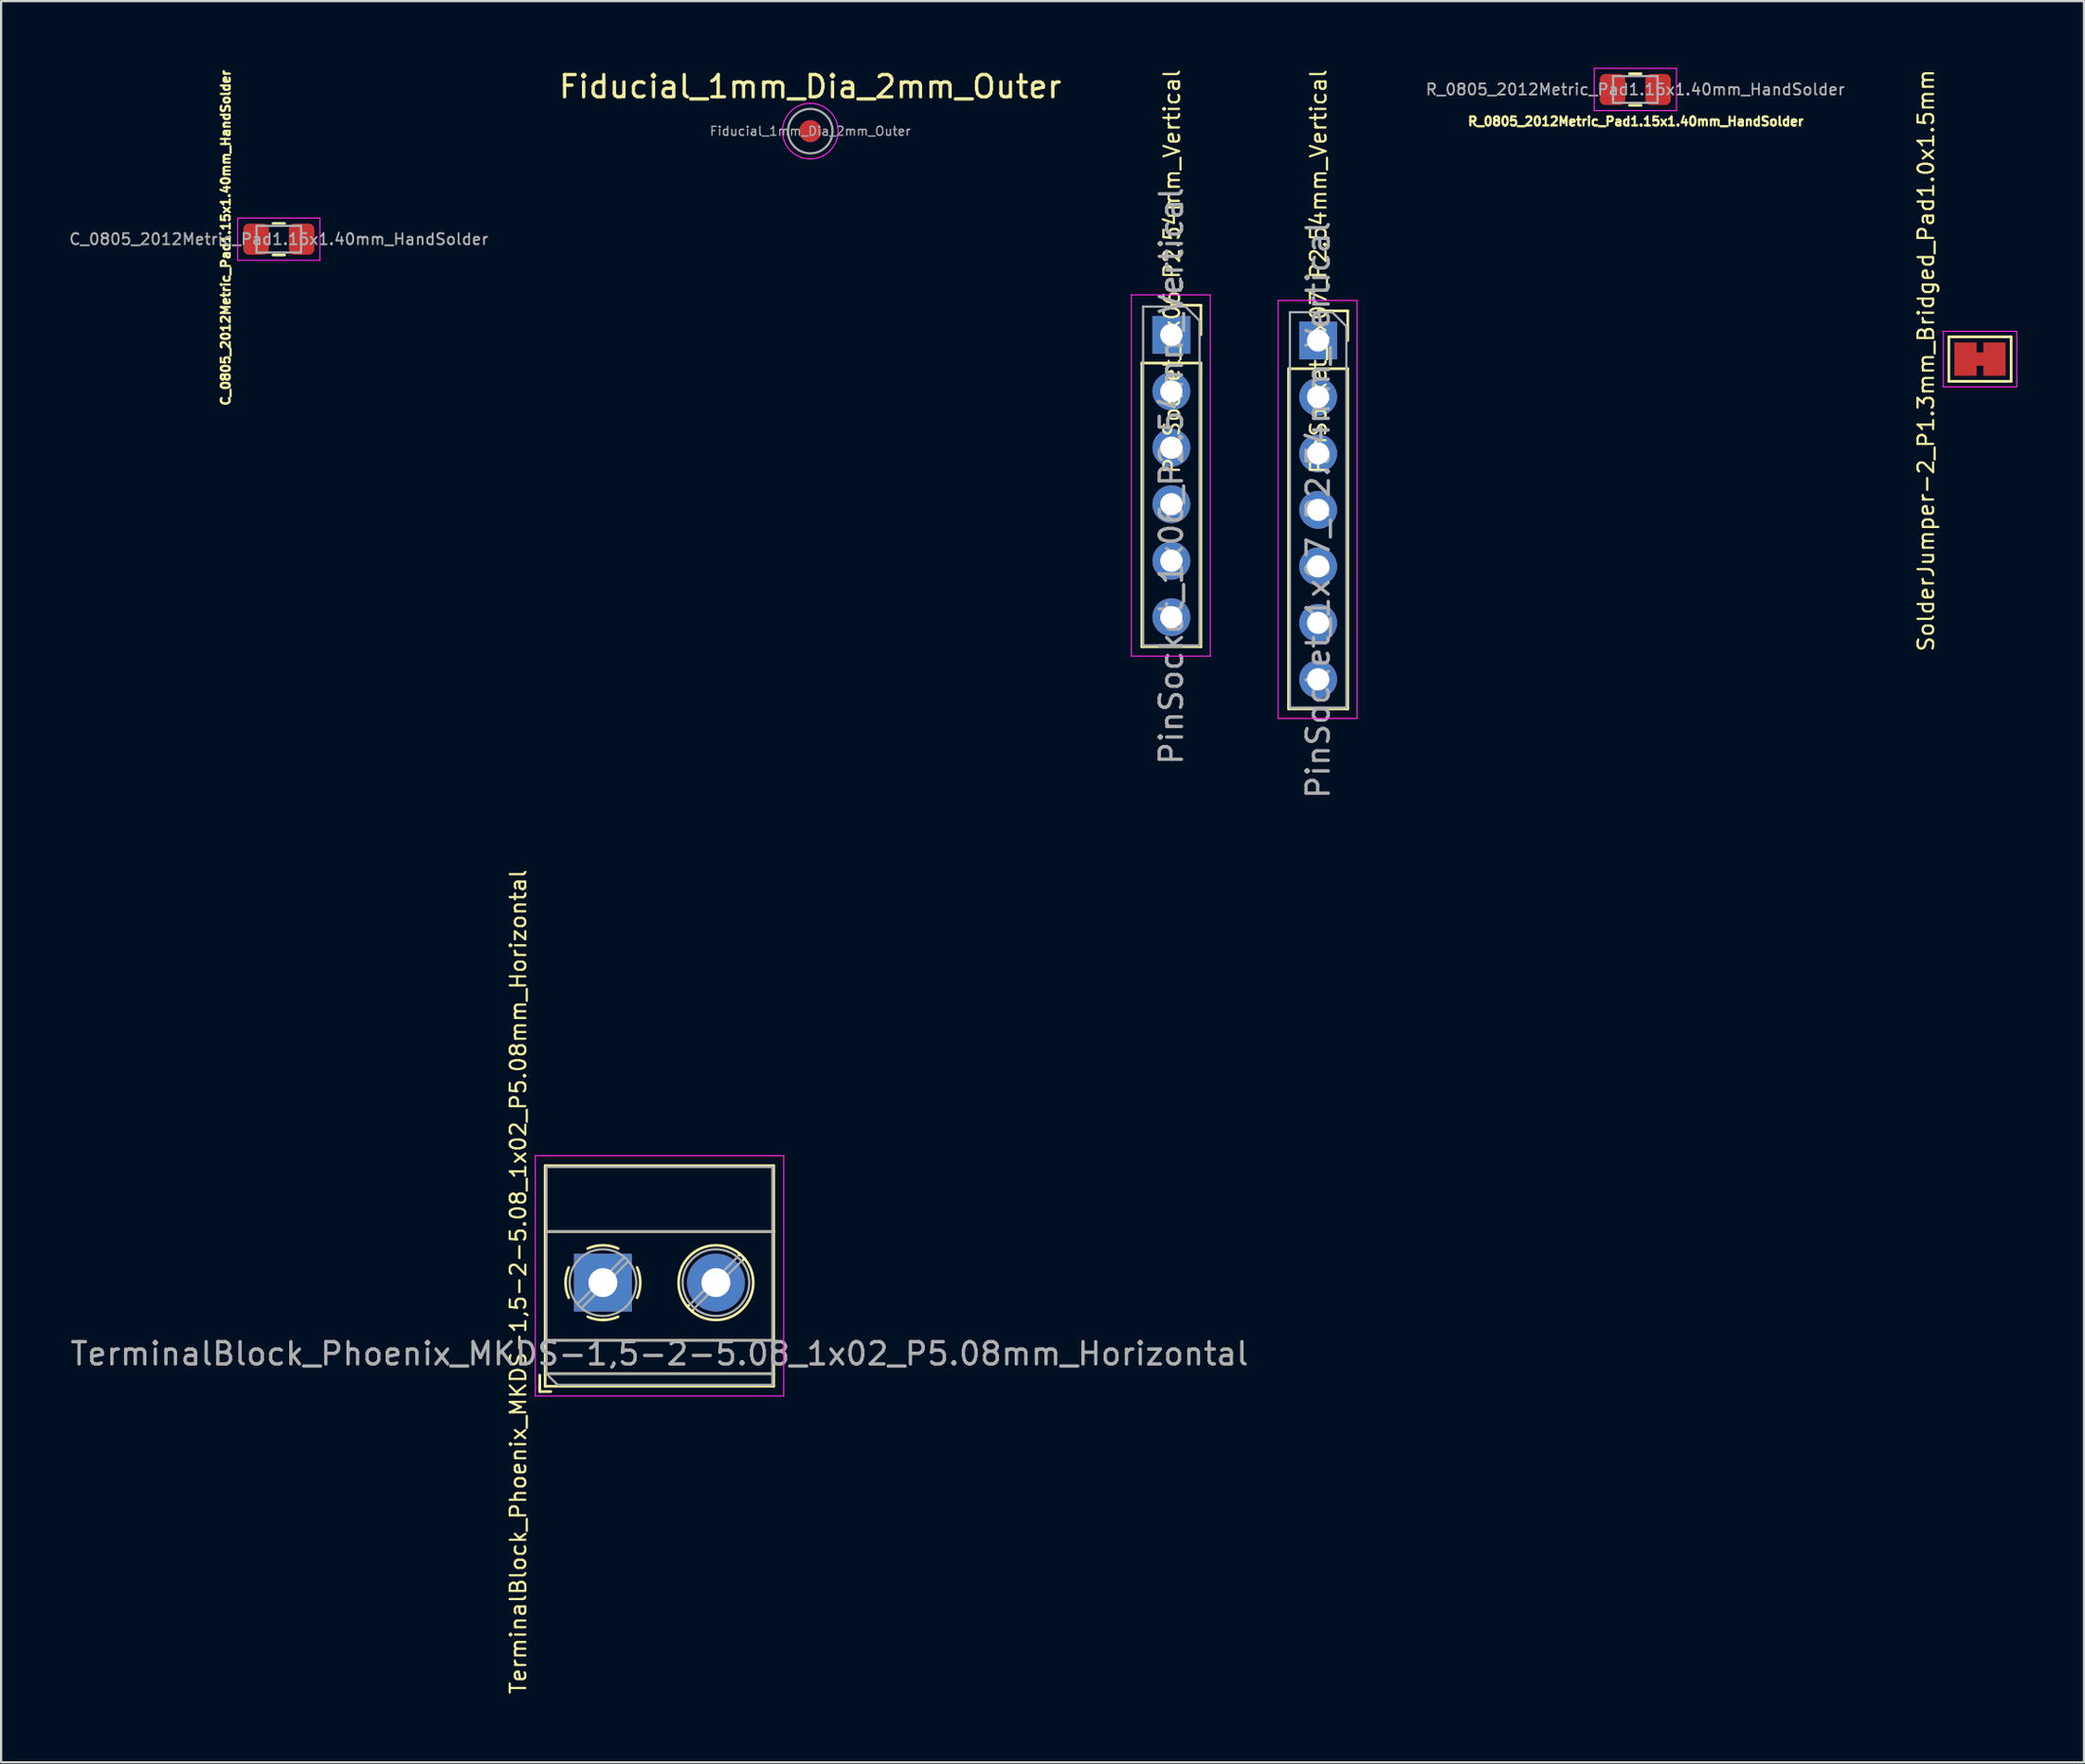
<source format=kicad_pcb>
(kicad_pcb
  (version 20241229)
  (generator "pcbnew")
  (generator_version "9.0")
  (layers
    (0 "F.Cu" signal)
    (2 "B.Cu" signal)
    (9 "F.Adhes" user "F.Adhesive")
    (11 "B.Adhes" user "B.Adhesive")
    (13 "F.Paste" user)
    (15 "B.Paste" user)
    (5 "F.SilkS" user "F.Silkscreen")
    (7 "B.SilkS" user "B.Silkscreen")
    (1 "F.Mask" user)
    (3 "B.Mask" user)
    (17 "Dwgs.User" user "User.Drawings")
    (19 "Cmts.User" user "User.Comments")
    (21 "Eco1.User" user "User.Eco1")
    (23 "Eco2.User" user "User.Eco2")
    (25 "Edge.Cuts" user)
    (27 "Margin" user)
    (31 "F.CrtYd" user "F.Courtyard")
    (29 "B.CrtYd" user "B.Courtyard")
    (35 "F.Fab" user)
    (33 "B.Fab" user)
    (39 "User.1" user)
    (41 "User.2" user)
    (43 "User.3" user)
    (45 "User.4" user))
  (footprint "R_0805_2012Metric_Pad1.15x1.40mm_HandSolder"
    (layer "F.Cu")
    (at 70.481 0.975)
    (property "Reference" "R_0805_2012Metric_Pad1.15x1.40mm_HandSolder" (at 0.021 1.435 0) (layer "F.SilkS") (effects (font (size 0.4 0.4) (thickness 0.1))))
    (attr smd)
    (fp_line (start -0.261 -0.71) (end 0.261 -0.71) (stroke (width 0.12) (type solid)) (layer "F.SilkS"))
    (fp_line (start -0.261 0.71) (end 0.261 0.71) (stroke (width 0.12) (type solid)) (layer "F.SilkS"))
    (fp_line (start -1.85 -0.95) (end 1.85 -0.95) (stroke (width 0.05) (type solid)) (layer "F.CrtYd"))
    (fp_line (start -1.85 0.95) (end -1.85 -0.95) (stroke (width 0.05) (type solid)) (layer "F.CrtYd"))
    (fp_line (start 1.85 -0.95) (end 1.85 0.95) (stroke (width 0.05) (type solid)) (layer "F.CrtYd"))
    (fp_line (start 1.85 0.95) (end -1.85 0.95) (stroke (width 0.05) (type solid)) (layer "F.CrtYd"))
    (fp_line (start -1 -0.6) (end 1 -0.6) (stroke (width 0.1) (type solid)) (layer "F.Fab"))
    (fp_line (start -1 0.6) (end -1 -0.6) (stroke (width 0.1) (type solid)) (layer "F.Fab"))
    (fp_line (start 1 -0.6) (end 1 0.6) (stroke (width 0.1) (type solid)) (layer "F.Fab"))
    (fp_line (start 1 0.6) (end -1 0.6) (stroke (width 0.1) (type solid)) (layer "F.Fab"))
    (fp_text user "${REFERENCE}" (at 0 0 0) (layer "F.Fab") (effects (font (size 0.5 0.5) (thickness 0.08))))
    (pad "1" smd roundrect (at -1.025 0) (size 1.15 1.4) (layers "F.Cu" "F.Mask" "F.Paste") (roundrect_rratio 0.217))
    (pad "2" smd roundrect (at 1.025 0) (size 1.15 1.4) (layers "F.Cu" "F.Mask" "F.Paste") (roundrect_rratio 0.217)))
  (footprint "TerminalBlock_Phoenix_MKDS-1,5-2-5.08_1x02_P5.08mm_Horizontal"
    (layer "F.Cu")
    (at 24.061 54.635)
    (property "Reference" "TerminalBlock_Phoenix_MKDS-1,5-2-5.08_1x02_P5.08mm_Horizontal" (at -3.81 -0.038 90) (layer "F.SilkS") (effects (font (size 0.7 0.7) (thickness 0.1))))
    (attr through_hole)
    (fp_line (start -2.84 4.16) (end -2.84 4.9) (stroke (width 0.12) (type solid)) (layer "F.SilkS"))
    (fp_line (start -2.84 4.9) (end -2.34 4.9) (stroke (width 0.12) (type solid)) (layer "F.SilkS"))
    (fp_line (start -2.6 -5.261) (end -2.6 4.66) (stroke (width 0.12) (type solid)) (layer "F.SilkS"))
    (fp_line (start -2.6 -5.261) (end 7.68 -5.261) (stroke (width 0.12) (type solid)) (layer "F.SilkS"))
    (fp_line (start -2.6 -2.301) (end 7.68 -2.301) (stroke (width 0.12) (type solid)) (layer "F.SilkS"))
    (fp_line (start -2.6 2.6) (end 7.68 2.6) (stroke (width 0.12) (type solid)) (layer "F.SilkS"))
    (fp_line (start -2.6 4.1) (end 7.68 4.1) (stroke (width 0.12) (type solid)) (layer "F.SilkS"))
    (fp_line (start -2.6 4.66) (end 7.68 4.66) (stroke (width 0.12) (type solid)) (layer "F.SilkS"))
    (fp_line (start 3.853 1.023) (end 3.806 1.069) (stroke (width 0.12) (type solid)) (layer "F.SilkS"))
    (fp_line (start 4.046 1.239) (end 4.011 1.274) (stroke (width 0.12) (type solid)) (layer "F.SilkS"))
    (fp_line (start 6.15 -1.275) (end 6.115 -1.239) (stroke (width 0.12) (type solid)) (layer "F.SilkS"))
    (fp_line (start 6.355 -1.069) (end 6.308 -1.023) (stroke (width 0.12) (type solid)) (layer "F.SilkS"))
    (fp_line (start 7.68 -5.261) (end 7.68 4.66) (stroke (width 0.12) (type solid)) (layer "F.SilkS"))
    (fp_arc (start -1.535427 0.683042) (mid -1.680501 -0.000524) (end -1.535 -0.684) (stroke (width 0.12) (type solid)) (layer "F.SilkS"))
    (fp_arc (start -0.683042 -1.535427) (mid 0.000524 -1.680501) (end 0.684 -1.535) (stroke (width 0.12) (type solid)) (layer "F.SilkS"))
    (fp_arc (start 0.028805 1.680253) (mid -0.335551 1.646659) (end -0.684 1.535) (stroke (width 0.12) (type solid)) (layer "F.SilkS"))
    (fp_arc (start 0.683318 1.534756) (mid 0.349292 1.643288) (end 0 1.68) (stroke (width 0.12) (type solid)) (layer "F.SilkS"))
    (fp_arc (start 1.535427 -0.683042) (mid 1.680501 0.000524) (end 1.535 0.684) (stroke (width 0.12) (type solid)) (layer "F.SilkS"))
    (fp_circle (center 5.08 0) (end 6.76 0) (stroke (width 0.12) (type solid)) (fill no) (layer "F.SilkS"))
    (fp_line (start -3.04 -5.71) (end -3.04 5.1) (stroke (width 0.05) (type solid)) (layer "F.CrtYd"))
    (fp_line (start -3.04 5.1) (end 8.13 5.1) (stroke (width 0.05) (type solid)) (layer "F.CrtYd"))
    (fp_line (start 8.13 -5.71) (end -3.04 -5.71) (stroke (width 0.05) (type solid)) (layer "F.CrtYd"))
    (fp_line (start 8.13 5.1) (end 8.13 -5.71) (stroke (width 0.05) (type solid)) (layer "F.CrtYd"))
    (fp_line (start -2.54 -5.2) (end 7.62 -5.2) (stroke (width 0.1) (type solid)) (layer "F.Fab"))
    (fp_line (start -2.54 -2.3) (end 7.62 -2.3) (stroke (width 0.1) (type solid)) (layer "F.Fab"))
    (fp_line (start -2.54 2.6) (end 7.62 2.6) (stroke (width 0.1) (type solid)) (layer "F.Fab"))
    (fp_line (start -2.54 4.1) (end -2.54 -5.2) (stroke (width 0.1) (type solid)) (layer "F.Fab"))
    (fp_line (start -2.54 4.1) (end 7.62 4.1) (stroke (width 0.1) (type solid)) (layer "F.Fab"))
    (fp_line (start -2.04 4.6) (end -2.54 4.1) (stroke (width 0.1) (type solid)) (layer "F.Fab"))
    (fp_line (start 0.955 -1.138) (end -1.138 0.955) (stroke (width 0.1) (type solid)) (layer "F.Fab"))
    (fp_line (start 1.138 -0.955) (end -0.955 1.138) (stroke (width 0.1) (type solid)) (layer "F.Fab"))
    (fp_line (start 6.035 -1.138) (end 3.943 0.955) (stroke (width 0.1) (type solid)) (layer "F.Fab"))
    (fp_line (start 6.218 -0.955) (end 4.126 1.138) (stroke (width 0.1) (type solid)) (layer "F.Fab"))
    (fp_line (start 7.62 -5.2) (end 7.62 4.6) (stroke (width 0.1) (type solid)) (layer "F.Fab"))
    (fp_line (start 7.62 4.6) (end -2.04 4.6) (stroke (width 0.1) (type solid)) (layer "F.Fab"))
    (fp_circle (center 0 0) (end 1.5 0) (stroke (width 0.1) (type solid)) (fill no) (layer "F.Fab"))
    (fp_circle (center 5.08 0) (end 6.58 0) (stroke (width 0.1) (type solid)) (fill no) (layer "F.Fab"))
    (fp_text user "${REFERENCE}" (at 2.54 3.2 0) (layer "F.Fab") (effects (font (size 1 1) (thickness 0.15))))
    (pad "1" thru_hole rect (at 0 0) (size 2.6 2.6) (drill 1.3) (layers "*.Cu" "*.Mask"))
    (pad "2" thru_hole circle (at 5.08 0) (size 2.6 2.6) (drill 1.3) (layers "*.Cu" "*.Mask")))
  (footprint "SolderJumper-2_P1.3mm_Bridged_Pad1.0x1.5mm"
    (layer "F.Cu")
    (at 85.98 13.1)
    (property "Reference" "SolderJumper-2_P1.3mm_Bridged_Pad1.0x1.5mm" (at -2.427 0.064 90) (layer "F.SilkS") (effects (font (size 0.7 0.7) (thickness 0.1))))
    (attr exclude_from_pos_files exclude_from_bom)
    (fp_line (start -1.4 -1) (end 1.4 -1) (stroke (width 0.12) (type solid)) (layer "F.SilkS"))
    (fp_line (start -1.4 1) (end -1.4 -1) (stroke (width 0.12) (type solid)) (layer "F.SilkS"))
    (fp_line (start 1.4 -1) (end 1.4 1) (stroke (width 0.12) (type solid)) (layer "F.SilkS"))
    (fp_line (start 1.4 1) (end -1.4 1) (stroke (width 0.12) (type solid)) (layer "F.SilkS"))
    (fp_line (start -1.65 -1.25) (end -1.65 1.25) (stroke (width 0.05) (type solid)) (layer "F.CrtYd"))
    (fp_line (start -1.65 -1.25) (end 1.65 -1.25) (stroke (width 0.05) (type solid)) (layer "F.CrtYd"))
    (fp_line (start 1.65 1.25) (end -1.65 1.25) (stroke (width 0.05) (type solid)) (layer "F.CrtYd"))
    (fp_line (start 1.65 1.25) (end 1.65 -1.25) (stroke (width 0.05) (type solid)) (layer "F.CrtYd"))
    (pad "1" smd custom (at -0.65 0) (size 1 1.5) (layers "F.Cu" "F.Mask") (options (anchor rect)) (primitives (gr_poly (pts (xy 0.4 -0.3) (xy 0.9 -0.3) (xy 0.9 0.3) (xy 0.4 0.3)) (width 0) (fill yes))))
    (pad "2" smd rect (at 0.65 0) (size 1 1.5) (layers "F.Cu" "F.Mask")))
  (footprint "Fiducial_1mm_Dia_2mm_Outer"
    (layer "F.Cu")
    (at 33.384 2.848)
    (property "Reference" "Fiducial_1mm_Dia_2mm_Outer" (at 0 -2 0) (layer "F.SilkS") (effects (font (size 1 1) (thickness 0.15))))
    (attr exclude_from_pos_files exclude_from_bom)
    (fp_circle (center 0 0) (end 1.25 0) (stroke (width 0.05) (type solid)) (fill no) (layer "F.CrtYd"))
    (fp_circle (center 0 0) (end 1 0) (stroke (width 0.1) (type solid)) (fill no) (layer "F.Fab"))
    (fp_text user "${REFERENCE}" (at 0 0 0) (layer "F.Fab") (effects (font (size 0.4 0.4) (thickness 0.06))))
    (pad "~" smd circle (at 0 0) (size 1 1) (layers "F.Cu" "F.Mask")))
  (footprint "PinSocket_1x07_P2.54mm_Vertical"
    (layer "F.Cu")
    (at 56.22 12.262)
    (property "Reference" "PinSocket_1x07_P2.54mm_Vertical" (at 0.013 -3.099 90) (layer "F.SilkS") (effects (font (size 0.7 0.7) (thickness 0.1))))
    (attr through_hole)
    (fp_line (start -1.33 1.27) (end -1.33 16.57) (stroke (width 0.12) (type solid)) (layer "F.SilkS"))
    (fp_line (start -1.33 1.27) (end 1.33 1.27) (stroke (width 0.12) (type solid)) (layer "F.SilkS"))
    (fp_line (start -1.33 16.57) (end 1.33 16.57) (stroke (width 0.12) (type solid)) (layer "F.SilkS"))
    (fp_line (start 0 -1.33) (end 1.33 -1.33) (stroke (width 0.12) (type solid)) (layer "F.SilkS"))
    (fp_line (start 1.33 -1.33) (end 1.33 0) (stroke (width 0.12) (type solid)) (layer "F.SilkS"))
    (fp_line (start 1.33 1.27) (end 1.33 16.57) (stroke (width 0.12) (type solid)) (layer "F.SilkS"))
    (fp_line (start -1.8 -1.8) (end 1.75 -1.8) (stroke (width 0.05) (type solid)) (layer "F.CrtYd"))
    (fp_line (start -1.8 17) (end -1.8 -1.8) (stroke (width 0.05) (type solid)) (layer "F.CrtYd"))
    (fp_line (start 1.75 -1.8) (end 1.75 17) (stroke (width 0.05) (type solid)) (layer "F.CrtYd"))
    (fp_line (start 1.75 17) (end -1.8 17) (stroke (width 0.05) (type solid)) (layer "F.CrtYd"))
    (fp_line (start -1.27 -1.27) (end 0.635 -1.27) (stroke (width 0.1) (type solid)) (layer "F.Fab"))
    (fp_line (start -1.27 16.51) (end -1.27 -1.27) (stroke (width 0.1) (type solid)) (layer "F.Fab"))
    (fp_line (start 0.635 -1.27) (end 1.27 -0.635) (stroke (width 0.1) (type solid)) (layer "F.Fab"))
    (fp_line (start 1.27 -0.635) (end 1.27 16.51) (stroke (width 0.1) (type solid)) (layer "F.Fab"))
    (fp_line (start 1.27 16.51) (end -1.27 16.51) (stroke (width 0.1) (type solid)) (layer "F.Fab"))
    (fp_text user "${REFERENCE}" (at 0 7.62 90) (layer "F.Fab") (effects (font (size 1 1) (thickness 0.15))))
    (pad "1" thru_hole rect (at 0 0) (size 1.7 1.7) (drill 1) (layers "*.Cu" "*.Mask"))
    (pad "2" thru_hole oval (at 0 2.54) (size 1.7 1.7) (drill 1) (layers "*.Cu" "*.Mask"))
    (pad "3" thru_hole oval (at 0 5.08) (size 1.7 1.7) (drill 1) (layers "*.Cu" "*.Mask"))
    (pad "4" thru_hole oval (at 0 7.62) (size 1.7 1.7) (drill 1) (layers "*.Cu" "*.Mask"))
    (pad "5" thru_hole oval (at 0 10.16) (size 1.7 1.7) (drill 1) (layers "*.Cu" "*.Mask"))
    (pad "6" thru_hole oval (at 0 12.7) (size 1.7 1.7) (drill 1) (layers "*.Cu" "*.Mask"))
    (pad "7" thru_hole oval (at 0 15.24) (size 1.7 1.7) (drill 1) (layers "*.Cu" "*.Mask")))
  (footprint "C_0805_2012Metric_Pad1.15x1.40mm_HandSolder"
    (layer "F.Cu")
    (at 9.487 7.707)
    (property "Reference" "C_0805_2012Metric_Pad1.15x1.40mm_HandSolder" (at -2.388 -0.064 90) (layer "F.SilkS") (effects (font (size 0.4 0.4) (thickness 0.1))))
    (attr smd)
    (fp_line (start -0.261 -0.71) (end 0.261 -0.71) (stroke (width 0.12) (type solid)) (layer "F.SilkS"))
    (fp_line (start -0.261 0.71) (end 0.261 0.71) (stroke (width 0.12) (type solid)) (layer "F.SilkS"))
    (fp_line (start -1.85 -0.95) (end 1.85 -0.95) (stroke (width 0.05) (type solid)) (layer "F.CrtYd"))
    (fp_line (start -1.85 0.95) (end -1.85 -0.95) (stroke (width 0.05) (type solid)) (layer "F.CrtYd"))
    (fp_line (start 1.85 -0.95) (end 1.85 0.95) (stroke (width 0.05) (type solid)) (layer "F.CrtYd"))
    (fp_line (start 1.85 0.95) (end -1.85 0.95) (stroke (width 0.05) (type solid)) (layer "F.CrtYd"))
    (fp_line (start -1 -0.6) (end 1 -0.6) (stroke (width 0.1) (type solid)) (layer "F.Fab"))
    (fp_line (start -1 0.6) (end -1 -0.6) (stroke (width 0.1) (type solid)) (layer "F.Fab"))
    (fp_line (start 1 -0.6) (end 1 0.6) (stroke (width 0.1) (type solid)) (layer "F.Fab"))
    (fp_line (start 1 0.6) (end -1 0.6) (stroke (width 0.1) (type solid)) (layer "F.Fab"))
    (fp_text user "${REFERENCE}" (at 0 0 0) (layer "F.Fab") (effects (font (size 0.5 0.5) (thickness 0.08))))
    (pad "1" smd roundrect (at -1.025 0) (size 1.15 1.4) (layers "F.Cu" "F.Mask" "F.Paste") (roundrect_rratio 0.217))
    (pad "2" smd roundrect (at 1.025 0) (size 1.15 1.4) (layers "F.Cu" "F.Mask" "F.Paste") (roundrect_rratio 0.217)))
  (footprint "PinSocket_1x06_P2.54mm_Vertical"
    (layer "F.Cu")
    (at 49.62 12.008)
    (property "Reference" "PinSocket_1x06_P2.54mm_Vertical" (at 0.025 -2.845 90) (layer "F.SilkS") (effects (font (size 0.7 0.7) (thickness 0.1))))
    (attr through_hole)
    (fp_line (start -1.33 1.27) (end -1.33 14.03) (stroke (width 0.12) (type solid)) (layer "F.SilkS"))
    (fp_line (start -1.33 1.27) (end 1.33 1.27) (stroke (width 0.12) (type solid)) (layer "F.SilkS"))
    (fp_line (start -1.33 14.03) (end 1.33 14.03) (stroke (width 0.12) (type solid)) (layer "F.SilkS"))
    (fp_line (start 0 -1.33) (end 1.33 -1.33) (stroke (width 0.12) (type solid)) (layer "F.SilkS"))
    (fp_line (start 1.33 -1.33) (end 1.33 0) (stroke (width 0.12) (type solid)) (layer "F.SilkS"))
    (fp_line (start 1.33 1.27) (end 1.33 14.03) (stroke (width 0.12) (type solid)) (layer "F.SilkS"))
    (fp_line (start -1.8 -1.8) (end 1.75 -1.8) (stroke (width 0.05) (type solid)) (layer "F.CrtYd"))
    (fp_line (start -1.8 14.45) (end -1.8 -1.8) (stroke (width 0.05) (type solid)) (layer "F.CrtYd"))
    (fp_line (start 1.75 -1.8) (end 1.75 14.45) (stroke (width 0.05) (type solid)) (layer "F.CrtYd"))
    (fp_line (start 1.75 14.45) (end -1.8 14.45) (stroke (width 0.05) (type solid)) (layer "F.CrtYd"))
    (fp_line (start -1.27 -1.27) (end 0.635 -1.27) (stroke (width 0.1) (type solid)) (layer "F.Fab"))
    (fp_line (start -1.27 13.97) (end -1.27 -1.27) (stroke (width 0.1) (type solid)) (layer "F.Fab"))
    (fp_line (start 0.635 -1.27) (end 1.27 -0.635) (stroke (width 0.1) (type solid)) (layer "F.Fab"))
    (fp_line (start 1.27 -0.635) (end 1.27 13.97) (stroke (width 0.1) (type solid)) (layer "F.Fab"))
    (fp_line (start 1.27 13.97) (end -1.27 13.97) (stroke (width 0.1) (type solid)) (layer "F.Fab"))
    (fp_text user "${REFERENCE}" (at 0 6.35 90) (layer "F.Fab") (effects (font (size 1 1) (thickness 0.15))))
    (pad "1" thru_hole rect (at 0 0) (size 1.7 1.7) (drill 1) (layers "*.Cu" "*.Mask"))
    (pad "2" thru_hole oval (at 0 2.54) (size 1.7 1.7) (drill 1) (layers "*.Cu" "*.Mask"))
    (pad "3" thru_hole oval (at 0 5.08) (size 1.7 1.7) (drill 1) (layers "*.Cu" "*.Mask"))
    (pad "4" thru_hole oval (at 0 7.62) (size 1.7 1.7) (drill 1) (layers "*.Cu" "*.Mask"))
    (pad "5" thru_hole oval (at 0 10.16) (size 1.7 1.7) (drill 1) (layers "*.Cu" "*.Mask"))
    (pad "6" thru_hole oval (at 0 12.7) (size 1.7 1.7) (drill 1) (layers "*.Cu" "*.Mask")))
  (gr_rect
    (start -3 -3)
    (end 90.655 76.21)
    (stroke (width 0.1) (type default))
    (fill no)
    (layer "Edge.Cuts")))
</source>
